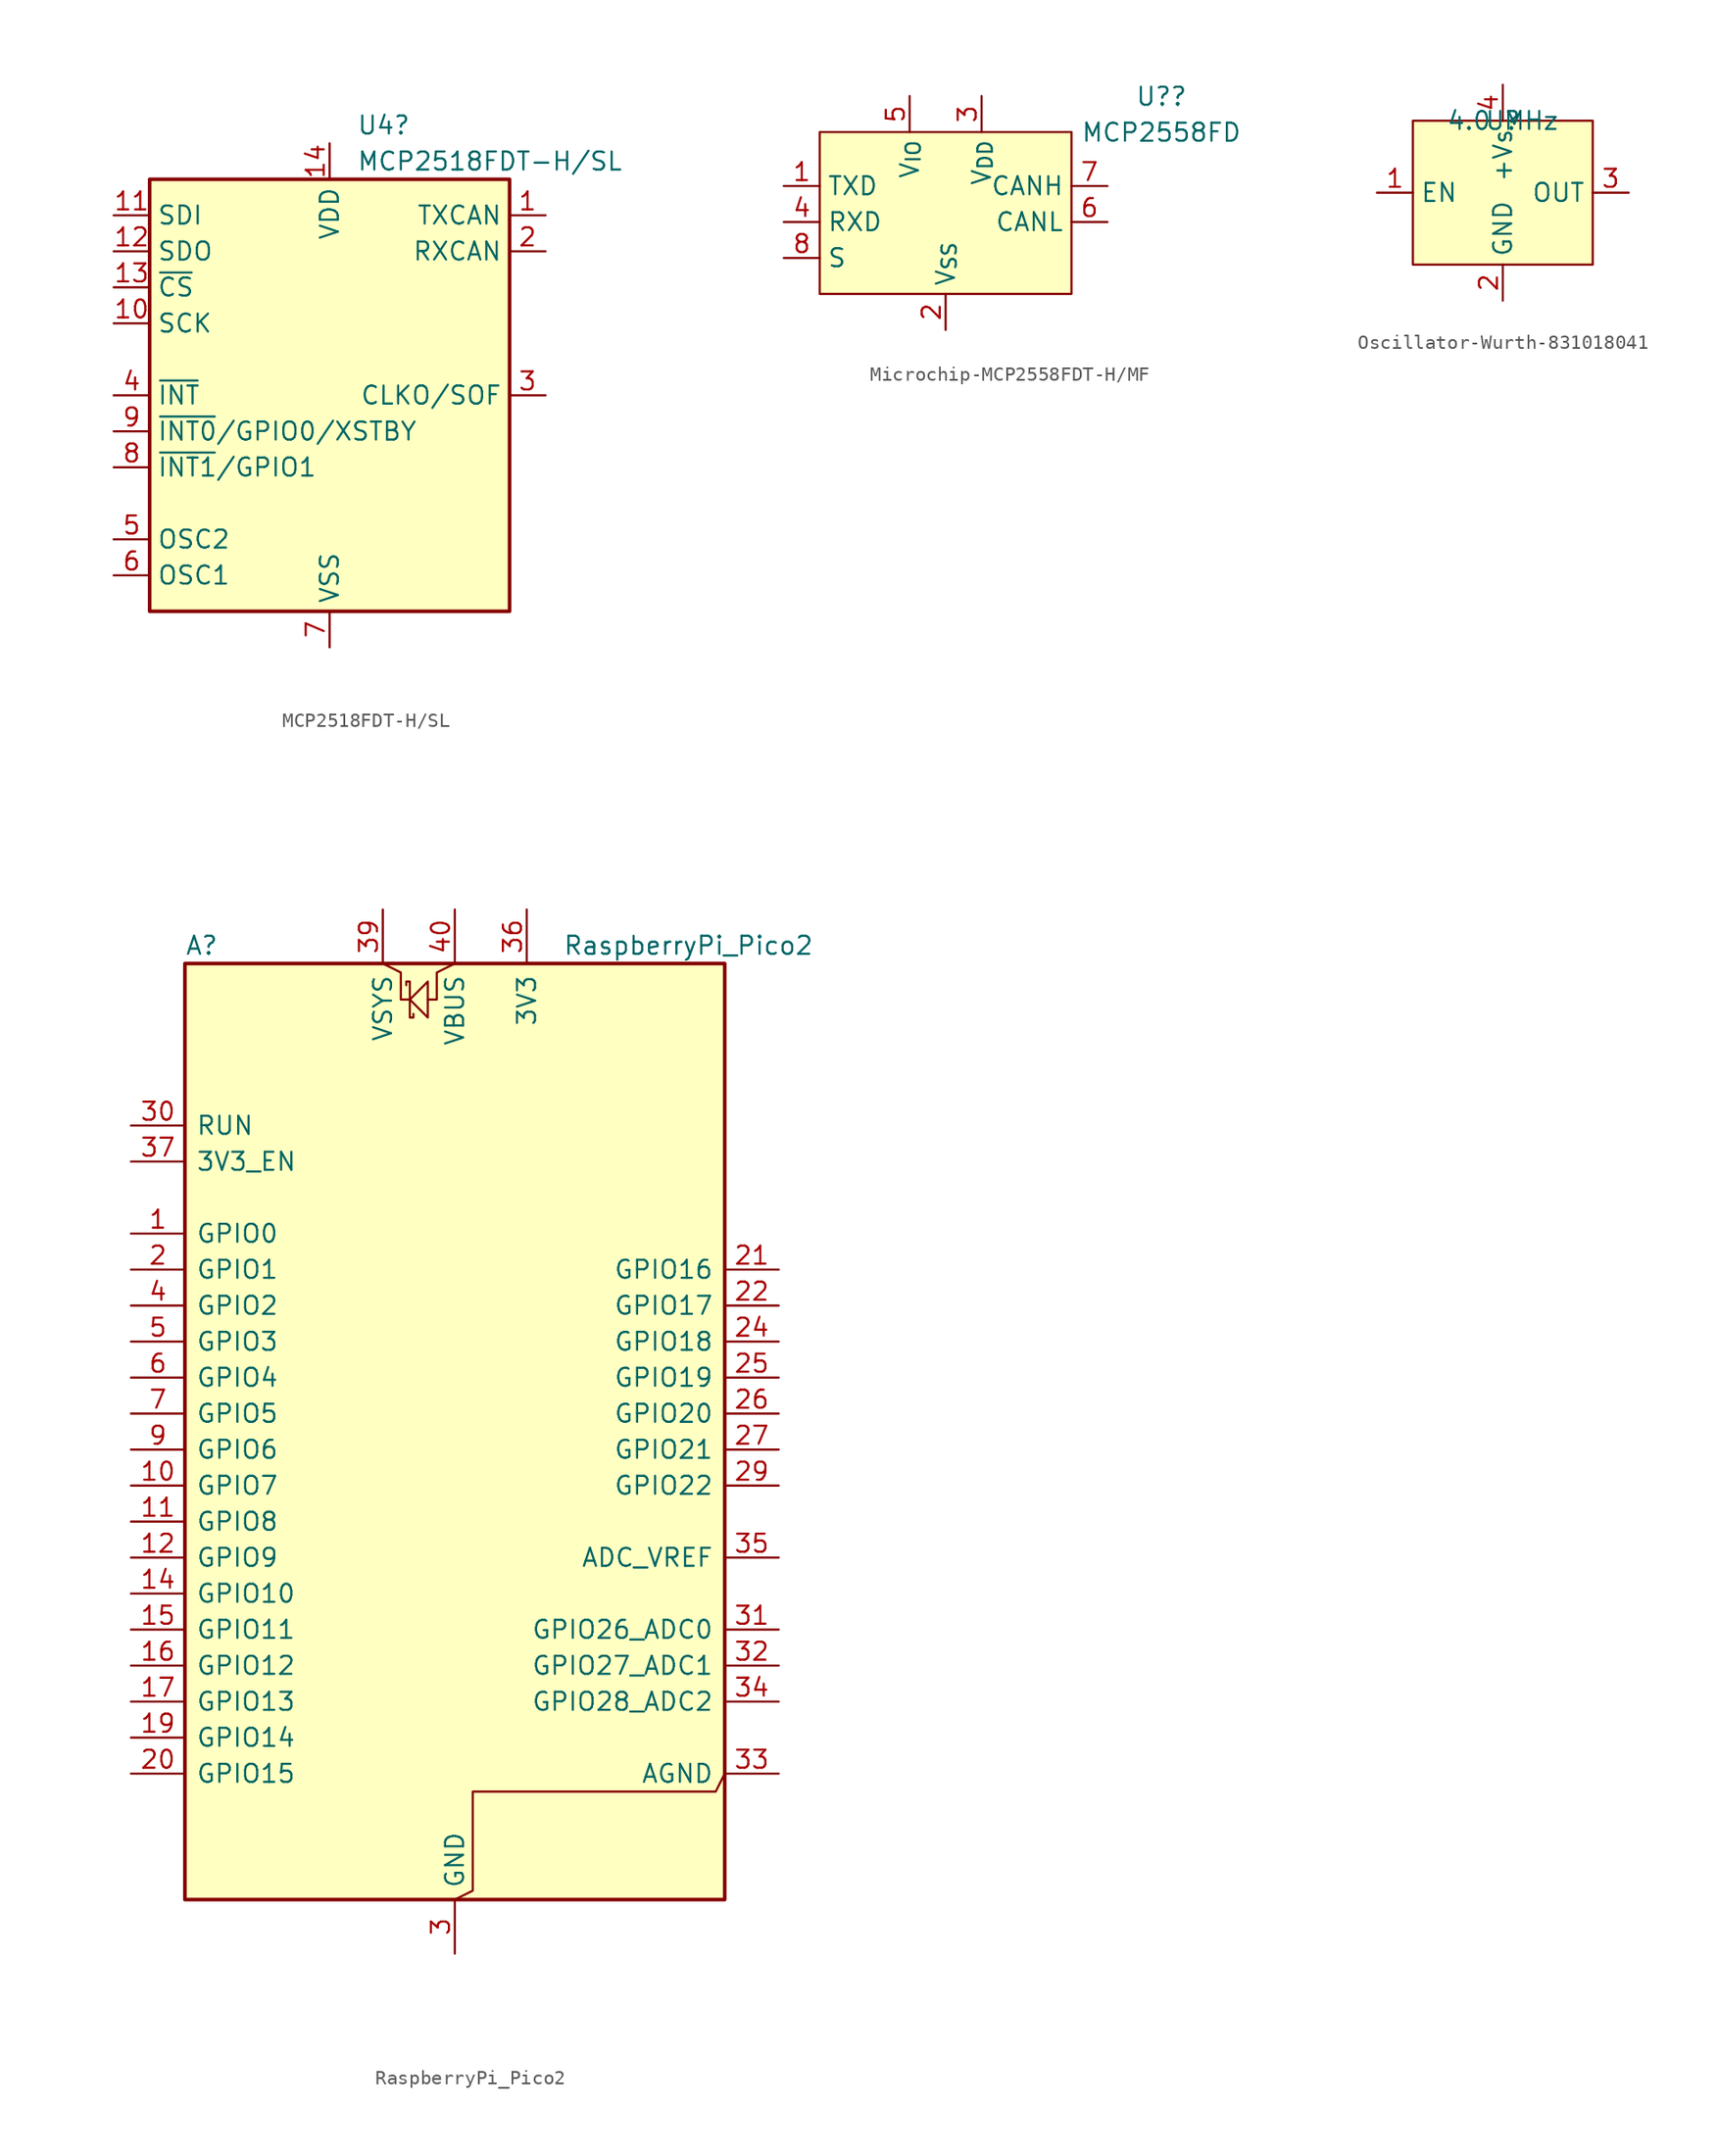
<source format=kicad_sym>
(kicad_symbol_lib
  (version 20241209)
  (generator "kicad_symbol_editor")
  (generator_version "9.0")
  (symbol "MCP2518FDT-H/SL"
    (property "Reference" "U4"
      (at 1.905 13.97 0)
      (effects (font (size 1.27 1.27)) (justify left)))
    (property "Value" "MCP2518FDT-H/SL"
      (at 1.905 11.43 0)
      (effects (font (size 1.27 1.27)) (justify left)))
    (symbol "MCP2518FDT-H/SL_0_1"
      (rectangle (start -12.7 10.16) (end 12.7 -20.32) (stroke (width 0.254) (type default)) (fill (type background))))
    (symbol "MCP2518FDT-H/SL_1_1"
      (pin input line (at -15.24 7.62 0) (length 2.54) (name "SDI" (effects (font (size 1.27 1.27)))) (number "11" (effects (font (size 1.27 1.27)))))
      (pin output line (at -15.24 5.08 0) (length 2.54) (name "SDO" (effects (font (size 1.27 1.27)))) (number "12" (effects (font (size 1.27 1.27)))))
      (pin input line (at -15.24 2.54 0) (length 2.54) (name "~{CS}" (effects (font (size 1.27 1.27)))) (number "13" (effects (font (size 1.27 1.27)))))
      (pin input line (at -15.24 0 0) (length 2.54) (name "SCK" (effects (font (size 1.27 1.27)))) (number "10" (effects (font (size 1.27 1.27)))))
      (pin output line (at -15.24 -5.08 0) (length 2.54) (name "~{INT}" (effects (font (size 1.27 1.27)))) (number "4" (effects (font (size 1.27 1.27)))))
      (pin bidirectional line (at -15.24 -7.62 0) (length 2.54) (name "~{INT0}/GPIO0/XSTBY" (effects (font (size 1.27 1.27)))) (number "9" (effects (font (size 1.27 1.27)))) (alternate "GPIO0" bidirectional line) (alternate "XSTBY" input line) (alternate "~{INT0}" output line))
      (pin bidirectional line (at -15.24 -10.16 0) (length 2.54) (name "~{INT1}/GPIO1" (effects (font (size 1.27 1.27)))) (number "8" (effects (font (size 1.27 1.27)))) (alternate "GPIO1" bidirectional line) (alternate "~{INT1}" output line))
      (pin output line (at -15.24 -15.24 0) (length 2.54) (name "OSC2" (effects (font (size 1.27 1.27)))) (number "5" (effects (font (size 1.27 1.27)))))
      (pin input line (at -15.24 -17.78 0) (length 2.54) (name "OSC1" (effects (font (size 1.27 1.27)))) (number "6" (effects (font (size 1.27 1.27)))))
      (pin power_in line (at 0 12.7 270) (length 2.54) (name "VDD" (effects (font (size 1.27 1.27)))) (number "14" (effects (font (size 1.27 1.27)))))
      (pin power_in line (at 0 -22.86 90) (length 2.54) (name "VSS" (effects (font (size 1.27 1.27)))) (number "7" (effects (font (size 1.27 1.27)))))
      (pin output line (at 15.24 7.62 180) (length 2.54) (name "TXCAN" (effects (font (size 1.27 1.27)))) (number "1" (effects (font (size 1.27 1.27)))))
      (pin input line (at 15.24 5.08 180) (length 2.54) (name "RXCAN" (effects (font (size 1.27 1.27)))) (number "2" (effects (font (size 1.27 1.27)))))
      (pin output line (at 15.24 -5.08 180) (length 2.54) (name "CLKO/SOF" (effects (font (size 1.27 1.27)))) (number "3" (effects (font (size 1.27 1.27)))) (alternate "CLKO" output line) (alternate "SOF" output line))))
  (symbol "Microchip-MCP2558FDT-H/MF"
    (property "Reference" "U?"
      (at 15.24 2.509 0)
      (effects (font (size 1.27 1.27))))
    (property "Value" "MCP2558FD"
      (at 15.24 -0.031 0)
      (effects (font (size 1.27 1.27))))
    (symbol "Microchip-MCP2558FDT-H/MF_1_1"
      (rectangle (start -8.89 0) (end 8.89 -11.43) (stroke (width 0) (type default)) (fill (type background)))
      (pin input line (at -11.43 -3.81 0) (length 2.54) (name "TXD" (effects (font (size 1.27 1.27)))) (number "1" (effects (font (size 1.27 1.27)))))
      (pin output line (at -11.43 -6.35 0) (length 2.54) (name "RXD" (effects (font (size 1.27 1.27)))) (number "4" (effects (font (size 1.27 1.27)))))
      (pin input line (at -11.43 -8.89 0) (length 2.54) (name "S" (effects (font (size 1.27 1.27)))) (number "8" (effects (font (size 1.27 1.27)))))
      (pin output line (at -2.54 2.54 270) (length 2.54) (name "V_{IO}" (effects (font (size 1.27 1.27)))) (number "5" (effects (font (size 1.27 1.27)))))
      (pin passive line (at 0 -13.97 90) (length 2.54) (name "V_{SS}" (effects (font (size 1.27 1.27)))) (number "2" (effects (font (size 1.27 1.27)))))
      (pin passive line (at 2.54 2.54 270) (length 2.54) (name "V_{DD}" (effects (font (size 1.27 1.27)))) (number "3" (effects (font (size 1.27 1.27)))))
      (pin open_emitter line (at 11.43 -3.81 180) (length 2.54) (name "CANH" (effects (font (size 1.27 1.27)))) (number "7" (effects (font (size 1.27 1.27)))))
      (pin open_collector line (at 11.43 -6.35 180) (length 2.54) (name "CANL" (effects (font (size 1.27 1.27)))) (number "6" (effects (font (size 1.27 1.27)))))))
  (symbol "Oscillator-Wurth-831018041"
    (property "Reference" "U"
      (at 0 0 0)
      (effects (font (size 1.27 1.27))))
    (property "Value" "4.0 MHz"
      (at 0 0 0)
      (effects (font (size 1.27 1.27))))
    (symbol "Oscillator-Wurth-831018041_1_1"
      (rectangle (start -6.35 0) (end 6.35 -10.16) (stroke (width 0) (type solid)) (fill (type background)))
      (pin input line (at -8.89 -5.08 0) (length 2.54) (name "EN" (effects (font (size 1.27 1.27)))) (number "1" (effects (font (size 1.27 1.27)))))
      (pin power_in line (at 0 2.54 270) (length 2.54) (name "+Vs" (effects (font (size 1.27 1.27)))) (number "4" (effects (font (size 1.27 1.27)))))
      (pin passive line (at 0 -12.7 90) (length 2.54) (name "GND" (effects (font (size 1.27 1.27)))) (number "2" (effects (font (size 1.27 1.27)))))
      (pin output line (at 8.89 -5.08 180) (length 2.54) (name "OUT" (effects (font (size 1.27 1.27)))) (number "3" (effects (font (size 1.27 1.27)))))))
  (symbol "RaspberryPi_Pico2"
    (pin_names
      (offset 0.762))
    (property "Reference" "A"
      (at -19.05 35.56 0)
      (effects (font (size 1.27 1.27)) (justify left)))
    (property "Value" "RaspberryPi_Pico2"
      (at 7.62 35.56 0)
      (effects (font (size 1.27 1.27)) (justify left)))
    (symbol "RaspberryPi_Pico2_0_1"
      (rectangle (start -19.05 34.29) (end 19.05 -31.75) (stroke (width 0.254) (type default)) (fill (type background)))
      (polyline (pts (xy -5.08 34.29) (xy -3.81 33.655) (xy -3.81 31.75) (xy -3.175 31.75)) (stroke (width 0) (type default)) (fill (type none)))
      (polyline (pts (xy -3.429 32.766) (xy -3.429 33.02) (xy -3.175 33.02) (xy -3.175 30.48) (xy -2.921 30.48) (xy -2.921 30.734)) (stroke (width 0) (type default)) (fill (type none)))
      (polyline (pts (xy -3.175 31.75) (xy -1.905 33.02) (xy -1.905 30.48) (xy -3.175 31.75)) (stroke (width 0) (type default)) (fill (type none)))
      (polyline (pts (xy 0 34.29) (xy -1.27 33.655) (xy -1.27 31.75) (xy -1.905 31.75)) (stroke (width 0) (type default)) (fill (type none)))
      (polyline (pts (xy 0 -31.75) (xy 1.27 -31.115) (xy 1.27 -24.13) (xy 18.415 -24.13) (xy 19.05 -22.86)) (stroke (width 0) (type default)) (fill (type none))))
    (symbol "RaspberryPi_Pico2_1_1"
      (pin passive line (at -22.86 22.86 0) (length 3.81) (name "RUN" (effects (font (size 1.27 1.27)))) (number "30" (effects (font (size 1.27 1.27)))) (alternate "~{RESET}" passive line))
      (pin passive line (at -22.86 20.32 0) (length 3.81) (name "3V3_EN" (effects (font (size 1.27 1.27)))) (number "37" (effects (font (size 1.27 1.27)))) (alternate "~{3V3_DISABLE}" passive line))
      (pin bidirectional line (at -22.86 15.24 0) (length 3.81) (name "GPIO0" (effects (font (size 1.27 1.27)))) (number "1" (effects (font (size 1.27 1.27)))) (alternate "I2C0_SDA" bidirectional line) (alternate "PWM0_A" output line) (alternate "SPI0_RX" input line) (alternate "UART0_TX" output line) (alternate "USB_OVCUR_DET" input line))
      (pin bidirectional line (at -22.86 12.7 0) (length 3.81) (name "GPIO1" (effects (font (size 1.27 1.27)))) (number "2" (effects (font (size 1.27 1.27)))) (alternate "I2C0_SCL" bidirectional clock) (alternate "PWM0_B" bidirectional line) (alternate "UART0_RX" input line) (alternate "USB_VBUS_DET" passive line) (alternate "~{SPI0_CSn}" bidirectional line))
      (pin bidirectional line (at -22.86 10.16 0) (length 3.81) (name "GPIO2" (effects (font (size 1.27 1.27)))) (number "4" (effects (font (size 1.27 1.27)))) (alternate "I2C1_SDA" bidirectional line) (alternate "PWM1_A" output line) (alternate "SPI0_SCK" bidirectional clock) (alternate "UART0_CTS" input line) (alternate "USB_VBUS_EN" output line))
      (pin bidirectional line (at -22.86 7.62 0) (length 3.81) (name "GPIO3" (effects (font (size 1.27 1.27)))) (number "5" (effects (font (size 1.27 1.27)))) (alternate "I2C1_SCL" bidirectional clock) (alternate "PWM1_B" bidirectional line) (alternate "SPI0_TX" output line) (alternate "UART0_RTS" output line) (alternate "USB_OVCUR_DET" input line))
      (pin bidirectional line (at -22.86 5.08 0) (length 3.81) (name "GPIO4" (effects (font (size 1.27 1.27)))) (number "6" (effects (font (size 1.27 1.27)))) (alternate "I2C0_SDA" bidirectional line) (alternate "PWM2_A" output line) (alternate "SPI0_RX" input line) (alternate "UART1_TX" output line) (alternate "USB_VBUS_DET" input line))
      (pin bidirectional line (at -22.86 2.54 0) (length 3.81) (name "GPIO5" (effects (font (size 1.27 1.27)))) (number "7" (effects (font (size 1.27 1.27)))) (alternate "I2C0_SCL" bidirectional clock) (alternate "PWM2_B" bidirectional line) (alternate "UART1_RX" input line) (alternate "USB_VBUS_EN" output line) (alternate "~{SPI0_CSn}" bidirectional line))
      (pin bidirectional line (at -22.86 0 0) (length 3.81) (name "GPIO6" (effects (font (size 1.27 1.27)))) (number "9" (effects (font (size 1.27 1.27)))) (alternate "I2C1_SDA" bidirectional line) (alternate "PWM3_A" output line) (alternate "SPI0_SCK" bidirectional clock) (alternate "UART1_CTS" input line) (alternate "USB_OVCUR_DET" input line))
      (pin bidirectional line (at -22.86 -2.54 0) (length 3.81) (name "GPIO7" (effects (font (size 1.27 1.27)))) (number "10" (effects (font (size 1.27 1.27)))) (alternate "I2C1_SCL" bidirectional clock) (alternate "PWM3_B" bidirectional line) (alternate "SPI0_TX" output line) (alternate "UART1_RTS" output line) (alternate "USB_VBUS_DET" input line))
      (pin bidirectional line (at -22.86 -5.08 0) (length 3.81) (name "GPIO8" (effects (font (size 1.27 1.27)))) (number "11" (effects (font (size 1.27 1.27)))) (alternate "I2C0_SDA" bidirectional line) (alternate "PWM4_A" output line) (alternate "SPI1_RX" input line) (alternate "UART1_TX" output line) (alternate "USB_VBUS_EN" output line))
      (pin bidirectional line (at -22.86 -7.62 0) (length 3.81) (name "GPIO9" (effects (font (size 1.27 1.27)))) (number "12" (effects (font (size 1.27 1.27)))) (alternate "I2C0_SCL" bidirectional clock) (alternate "PWM4_B" bidirectional line) (alternate "UART1_RX" input line) (alternate "USB_OVCUR_DET" input line) (alternate "~{SPI1_CSn}" bidirectional line))
      (pin bidirectional line (at -22.86 -10.16 0) (length 3.81) (name "GPIO10" (effects (font (size 1.27 1.27)))) (number "14" (effects (font (size 1.27 1.27)))) (alternate "I2C1_SDA" bidirectional line) (alternate "PWM5_A" output line) (alternate "SPI1_SCK" bidirectional clock) (alternate "UART1_CTS" input line) (alternate "USB_VBUS_DET" input line))
      (pin bidirectional line (at -22.86 -12.7 0) (length 3.81) (name "GPIO11" (effects (font (size 1.27 1.27)))) (number "15" (effects (font (size 1.27 1.27)))) (alternate "I2C1_SCL" bidirectional clock) (alternate "PWM5_B" bidirectional line) (alternate "SPI1_TX" output line) (alternate "UART1_RTS" output line) (alternate "USB_VBUS_EN" output line))
      (pin bidirectional line (at -22.86 -15.24 0) (length 3.81) (name "GPIO12" (effects (font (size 1.27 1.27)))) (number "16" (effects (font (size 1.27 1.27)))) (alternate "I2C0_SDA" bidirectional line) (alternate "PWM6_A" output line) (alternate "SPI1_RX" input line) (alternate "UART0_TX" output line) (alternate "USB_OVCUR_DET" input line))
      (pin bidirectional line (at -22.86 -17.78 0) (length 3.81) (name "GPIO13" (effects (font (size 1.27 1.27)))) (number "17" (effects (font (size 1.27 1.27)))) (alternate "I2C0_SCL" bidirectional clock) (alternate "PWM6_B" bidirectional line) (alternate "UART0_RX" input line) (alternate "USB_VBUS_DET" input line) (alternate "~{SPI1_CSn}" bidirectional line))
      (pin bidirectional line (at -22.86 -20.32 0) (length 3.81) (name "GPIO14" (effects (font (size 1.27 1.27)))) (number "19" (effects (font (size 1.27 1.27)))) (alternate "I2C1_SDA" bidirectional line) (alternate "PWM7_A" output line) (alternate "SPI1_SCK" bidirectional clock) (alternate "UART0_CTS" input line) (alternate "USB_VBUS_EN" output line))
      (pin bidirectional line (at -22.86 -22.86 0) (length 3.81) (name "GPIO15" (effects (font (size 1.27 1.27)))) (number "20" (effects (font (size 1.27 1.27)))) (alternate "I2C1_SCL" bidirectional clock) (alternate "PWM7_B" bidirectional line) (alternate "SPI1_TX" output line) (alternate "UART0_RTS" output line) (alternate "USB_OVCUR_DET" input line))
      (pin power_in line (at -5.08 38.1 270) (length 3.81) (name "VSYS" (effects (font (size 1.27 1.27)))) (number "39" (effects (font (size 1.27 1.27)))) (alternate "VSYS_OUT" power_out line))
      (pin power_out line (at 0 38.1 270) (length 3.81) (name "VBUS" (effects (font (size 1.27 1.27)))) (number "40" (effects (font (size 1.27 1.27)))) (alternate "VBUS_IN" power_in line))
      (pin passive line (at 0 -35.56 90) (length 3.81) (hide yes) (name "GND" (effects (font (size 1.27 1.27)))) (number "13" (effects (font (size 1.27 1.27)))))
      (pin passive line (at 0 -35.56 90) (length 3.81) (hide yes) (name "GND" (effects (font (size 1.27 1.27)))) (number "18" (effects (font (size 1.27 1.27)))))
      (pin passive line (at 0 -35.56 90) (length 3.81) (hide yes) (name "GND" (effects (font (size 1.27 1.27)))) (number "23" (effects (font (size 1.27 1.27)))))
      (pin passive line (at 0 -35.56 90) (length 3.81) (hide yes) (name "GND" (effects (font (size 1.27 1.27)))) (number "28" (effects (font (size 1.27 1.27)))))
      (pin power_out line (at 0 -35.56 90) (length 3.81) (name "GND" (effects (font (size 1.27 1.27)))) (number "3" (effects (font (size 1.27 1.27)))) (alternate "GND_IN" power_in line))
      (pin passive line (at 0 -35.56 90) (length 3.81) (hide yes) (name "GND" (effects (font (size 1.27 1.27)))) (number "38" (effects (font (size 1.27 1.27)))))
      (pin passive line (at 0 -35.56 90) (length 3.81) (hide yes) (name "GND" (effects (font (size 1.27 1.27)))) (number "8" (effects (font (size 1.27 1.27)))))
      (pin power_out line (at 5.08 38.1 270) (length 3.81) (name "3V3" (effects (font (size 1.27 1.27)))) (number "36" (effects (font (size 1.27 1.27)))))
      (pin bidirectional line (at 22.86 12.7 180) (length 3.81) (name "GPIO16" (effects (font (size 1.27 1.27)))) (number "21" (effects (font (size 1.27 1.27)))) (alternate "I2C0_SDA" bidirectional line) (alternate "PWM0_A" output line) (alternate "SPI0_RX" input line) (alternate "UART0_TX" output line) (alternate "USB_VBUS_DET" input line))
      (pin bidirectional line (at 22.86 10.16 180) (length 3.81) (name "GPIO17" (effects (font (size 1.27 1.27)))) (number "22" (effects (font (size 1.27 1.27)))) (alternate "I2C0_SCL" bidirectional clock) (alternate "PWM0_B" bidirectional line) (alternate "UART0_RX" input line) (alternate "USB_VBUS_EN" output line) (alternate "~{SPI0_CSn}" bidirectional line))
      (pin bidirectional line (at 22.86 7.62 180) (length 3.81) (name "GPIO18" (effects (font (size 1.27 1.27)))) (number "24" (effects (font (size 1.27 1.27)))) (alternate "I2C1_SDA" bidirectional line) (alternate "PWM1_A" output line) (alternate "SPI0_SCK" bidirectional clock) (alternate "UART0_CTS" input line) (alternate "USB_OVCUR_DET" input line))
      (pin bidirectional line (at 22.86 5.08 180) (length 3.81) (name "GPIO19" (effects (font (size 1.27 1.27)))) (number "25" (effects (font (size 1.27 1.27)))) (alternate "I2C1_SCL" bidirectional clock) (alternate "PWM1_B" bidirectional line) (alternate "SPI0_TX" output line) (alternate "UART0_RTS" output line) (alternate "USB_VBUS_DET" input line))
      (pin bidirectional line (at 22.86 2.54 180) (length 3.81) (name "GPIO20" (effects (font (size 1.27 1.27)))) (number "26" (effects (font (size 1.27 1.27)))) (alternate "CLOCK_GPIN0" input clock) (alternate "I2C0_SDA" bidirectional line) (alternate "PWM2_A" output line) (alternate "SPI0_RX" input line) (alternate "UART1_TX" output line) (alternate "USB_VBUS_EN" output line))
      (pin bidirectional line (at 22.86 0 180) (length 3.81) (name "GPIO21" (effects (font (size 1.27 1.27)))) (number "27" (effects (font (size 1.27 1.27)))) (alternate "CLOCK_GPOUT0" output clock) (alternate "I2C0_SCL" bidirectional clock) (alternate "PWM2_B" bidirectional line) (alternate "UART1_RX" input line) (alternate "USB_OVCUR_DET" input line) (alternate "~{SPI0_CSn}" bidirectional line))
      (pin bidirectional line (at 22.86 -2.54 180) (length 3.81) (name "GPIO22" (effects (font (size 1.27 1.27)))) (number "29" (effects (font (size 1.27 1.27)))) (alternate "CLOCK_GPIN1" input clock) (alternate "I2C1_SDA" bidirectional line) (alternate "PWM3_A" output line) (alternate "SPI0_SCK" bidirectional clock) (alternate "UART1_CTS" input line) (alternate "USB_VBUS_DET" input line))
      (pin power_in line (at 22.86 -7.62 180) (length 3.81) (name "ADC_VREF" (effects (font (size 1.27 1.27)))) (number "35" (effects (font (size 1.27 1.27)))))
      (pin bidirectional line (at 22.86 -12.7 180) (length 3.81) (name "GPIO26_ADC0" (effects (font (size 1.27 1.27)))) (number "31" (effects (font (size 1.27 1.27)))) (alternate "ADC0" input line) (alternate "GPIO26" bidirectional line) (alternate "I2C1_SDA" bidirectional line) (alternate "PWM5_A" output line) (alternate "SPI1_SCK" bidirectional clock) (alternate "UART1_CTS" input line) (alternate "USB_VBUS_EN" output line))
      (pin bidirectional line (at 22.86 -15.24 180) (length 3.81) (name "GPIO27_ADC1" (effects (font (size 1.27 1.27)))) (number "32" (effects (font (size 1.27 1.27)))) (alternate "ADC1" input line) (alternate "GPIO27" bidirectional line) (alternate "I2C1_SCL" bidirectional clock) (alternate "PWM5_B" bidirectional line) (alternate "SPI1_TX" output line) (alternate "UART1_RTS" output line) (alternate "USB_OVCUR_DET" input line))
      (pin bidirectional line (at 22.86 -17.78 180) (length 3.81) (name "GPIO28_ADC2" (effects (font (size 1.27 1.27)))) (number "34" (effects (font (size 1.27 1.27)))) (alternate "ADC2" input line) (alternate "GPIO28" bidirectional line) (alternate "I2C0_SDA" bidirectional line) (alternate "PWM6_A" output line) (alternate "SPI1_RX" input line) (alternate "UART0_TX" output line) (alternate "USB_VBUS_DET" input line))
      (pin power_out line (at 22.86 -22.86 180) (length 3.81) (name "AGND" (effects (font (size 1.27 1.27)))) (number "33" (effects (font (size 1.27 1.27)))) (alternate "GND" passive line)))))
</source>
